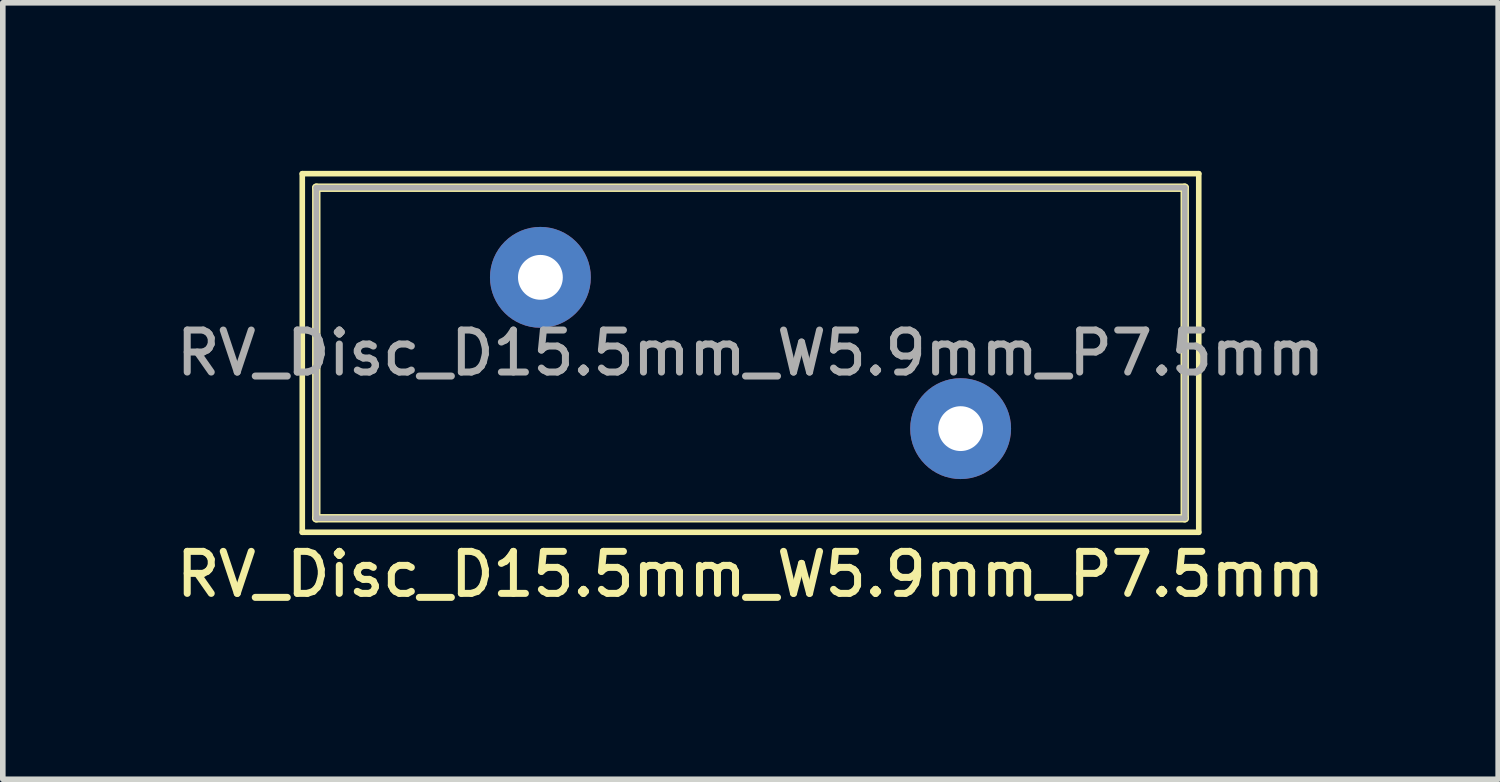
<source format=kicad_pcb>
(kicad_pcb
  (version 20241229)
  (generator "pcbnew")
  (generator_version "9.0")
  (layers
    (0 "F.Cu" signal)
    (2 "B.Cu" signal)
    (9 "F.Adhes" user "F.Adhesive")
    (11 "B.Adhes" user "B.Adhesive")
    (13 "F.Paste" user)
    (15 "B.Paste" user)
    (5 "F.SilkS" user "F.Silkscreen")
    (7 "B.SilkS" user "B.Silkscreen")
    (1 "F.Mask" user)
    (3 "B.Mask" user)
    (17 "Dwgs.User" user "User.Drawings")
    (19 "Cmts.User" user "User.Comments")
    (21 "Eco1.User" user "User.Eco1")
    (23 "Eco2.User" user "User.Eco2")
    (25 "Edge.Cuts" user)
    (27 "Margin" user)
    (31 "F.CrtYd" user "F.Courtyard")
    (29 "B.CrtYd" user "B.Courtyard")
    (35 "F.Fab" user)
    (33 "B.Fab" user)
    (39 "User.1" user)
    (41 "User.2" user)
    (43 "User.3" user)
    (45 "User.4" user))
  (footprint "RV_Disc_D15.5mm_W5.9mm_P7.5mm"
    (layer "F.Cu")
    (at 6.595 1.9)
    (property "Reference" "RV_Disc_D15.5mm_W5.9mm_P7.5mm" (at 3.75 5.3 0) (layer "F.SilkS") (effects (font (size 0.75 0.75) (thickness 0.125))))
    (attr through_hole)
    (fp_line (start -4.25 -1.85) (end -4.25 4.55) (stroke (width 0.1) (type solid)) (layer "F.SilkS"))
    (fp_line (start -4.25 -1.85) (end 11.75 -1.85) (stroke (width 0.1) (type solid)) (layer "F.SilkS"))
    (fp_line (start -4.25 4.55) (end 11.75 4.55) (stroke (width 0.1) (type solid)) (layer "F.SilkS"))
    (fp_line (start -4 -1.6) (end -4 4.3) (stroke (width 0.15) (type solid)) (layer "F.SilkS"))
    (fp_line (start -4 -1.6) (end 11.5 -1.6) (stroke (width 0.15) (type solid)) (layer "F.SilkS"))
    (fp_line (start -4 4.3) (end 11.5 4.3) (stroke (width 0.15) (type solid)) (layer "F.SilkS"))
    (fp_line (start 11.5 -1.6) (end 11.5 4.3) (stroke (width 0.15) (type solid)) (layer "F.SilkS"))
    (fp_line (start 11.75 -1.85) (end 11.75 4.55) (stroke (width 0.1) (type solid)) (layer "F.SilkS"))
    (fp_line (start -4 -1.6) (end -4 4.3) (stroke (width 0.1) (type solid)) (layer "F.Fab"))
    (fp_line (start -4 -1.6) (end 11.5 -1.6) (stroke (width 0.1) (type solid)) (layer "F.Fab"))
    (fp_line (start -4 4.3) (end 11.5 4.3) (stroke (width 0.1) (type solid)) (layer "F.Fab"))
    (fp_line (start 11.5 -1.6) (end 11.5 4.3) (stroke (width 0.1) (type solid)) (layer "F.Fab"))
    (fp_text user "${REFERENCE}" (at 3.75 1.35 0) (layer "F.Fab") (effects (font (size 0.75 0.75) (thickness 0.125))))
    (pad "1" thru_hole circle (at 0 0) (size 1.8 1.8) (drill 0.8) (layers "*.Cu" "*.Mask"))
    (pad "2" thru_hole circle (at 7.5 2.7) (size 1.8 1.8) (drill 0.8) (layers "*.Cu" "*.Mask")))
  (gr_rect
    (start -3 -3)
    (end 23.689 10.858)
    (stroke (width 0.1) (type default))
    (fill no)
    (layer "Edge.Cuts")))
</source>
